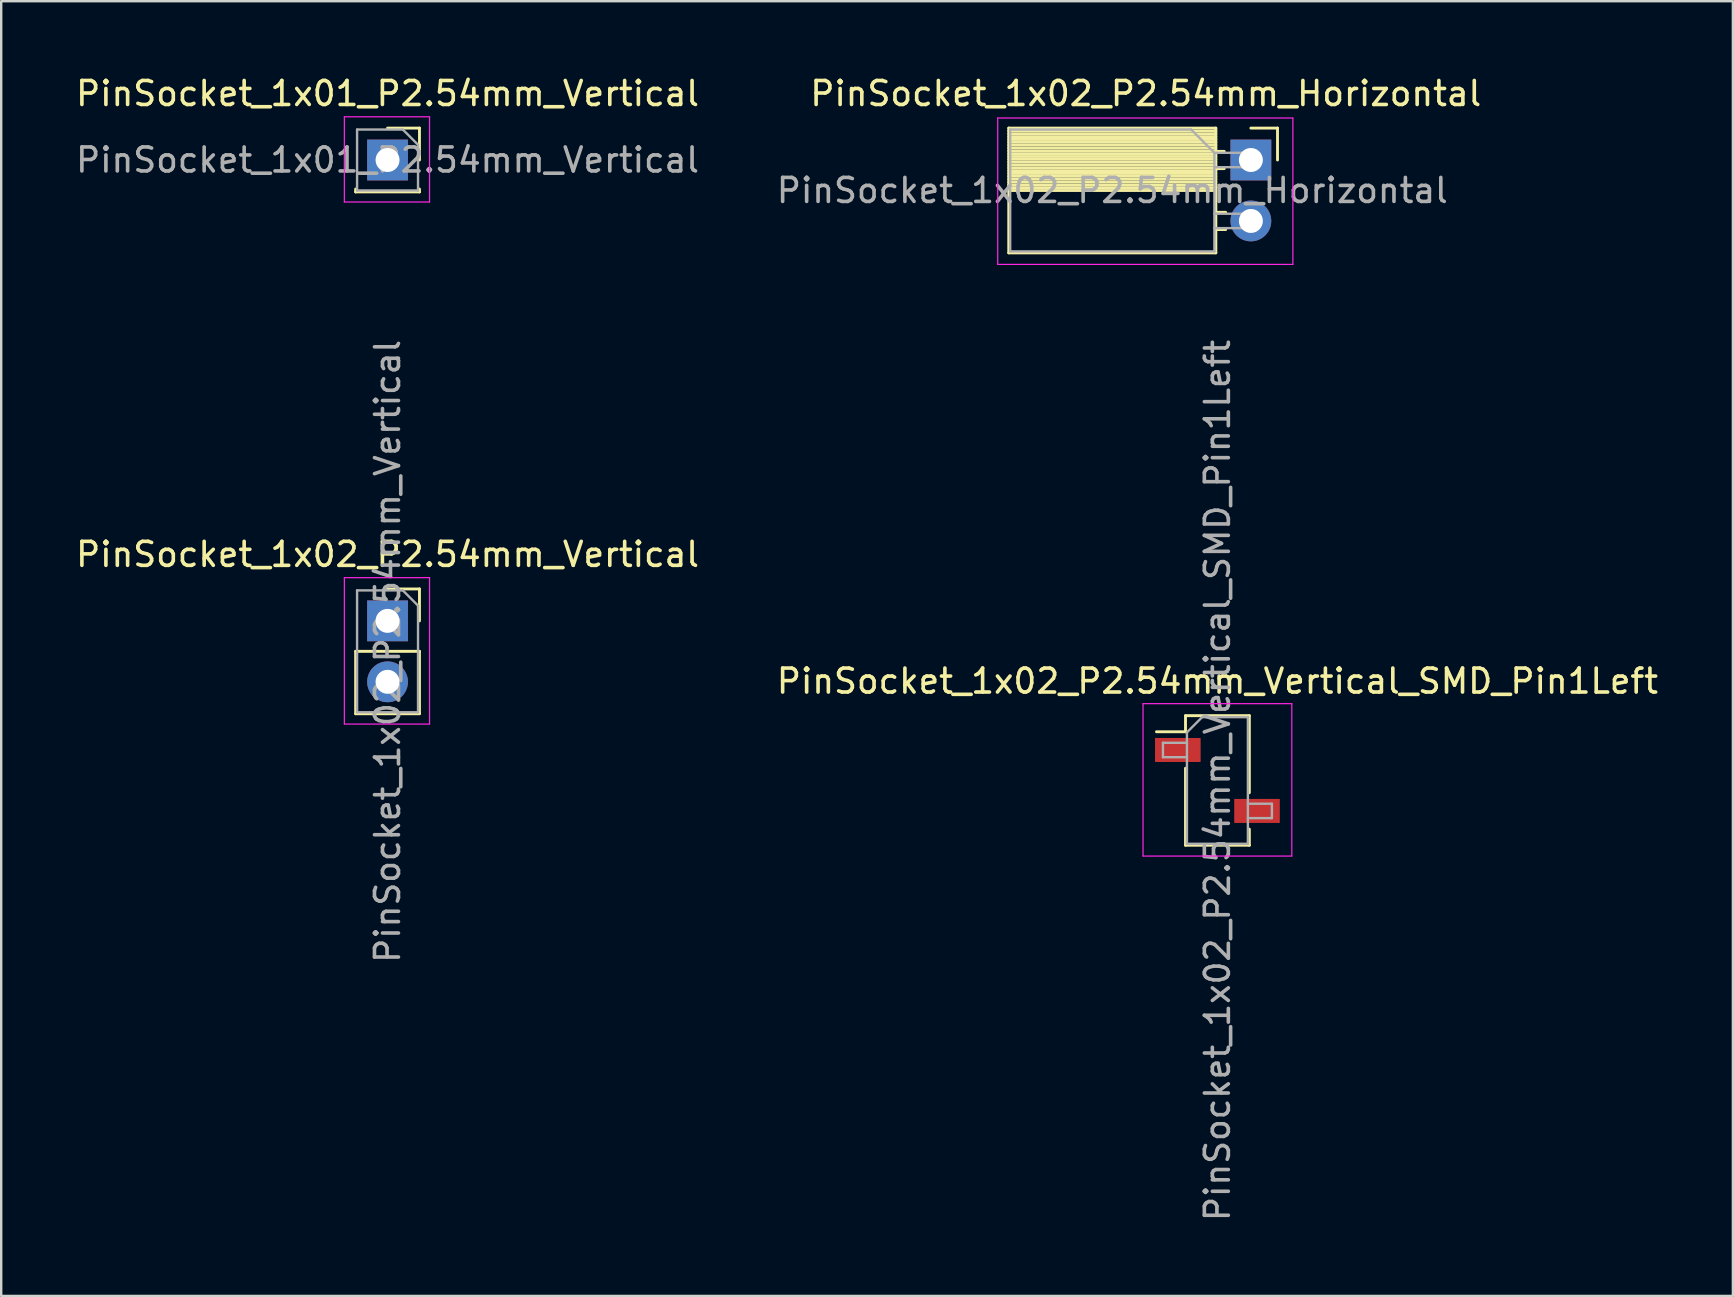
<source format=kicad_pcb>
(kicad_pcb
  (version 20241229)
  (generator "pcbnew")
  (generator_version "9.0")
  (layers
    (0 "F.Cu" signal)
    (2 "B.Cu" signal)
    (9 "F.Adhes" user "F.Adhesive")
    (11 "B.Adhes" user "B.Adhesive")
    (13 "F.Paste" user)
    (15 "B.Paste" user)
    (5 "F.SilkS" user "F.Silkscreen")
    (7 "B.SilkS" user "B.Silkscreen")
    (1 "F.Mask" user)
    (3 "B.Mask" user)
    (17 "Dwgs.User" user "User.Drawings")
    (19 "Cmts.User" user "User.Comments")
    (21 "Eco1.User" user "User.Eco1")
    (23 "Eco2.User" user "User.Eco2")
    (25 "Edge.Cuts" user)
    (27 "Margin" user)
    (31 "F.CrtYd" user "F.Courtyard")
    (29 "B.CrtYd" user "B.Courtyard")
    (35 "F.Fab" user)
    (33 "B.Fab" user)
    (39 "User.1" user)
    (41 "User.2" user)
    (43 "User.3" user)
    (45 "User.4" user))
  (footprint "PinSocket_1x01_P2.54mm_Vertical"
    (layer "F.Cu")
    (at 13.101 3.618)
    (property "Reference" "PinSocket_1x01_P2.54mm_Vertical" (at 0 -2.77 0) (layer "F.SilkS") (effects (font (size 1 1) (thickness 0.15))))
    (attr through_hole)
    (fp_line (start -1.33 1.21) (end -1.33 1.33) (stroke (width 0.12) (type solid)) (layer "F.SilkS"))
    (fp_line (start -1.33 1.33) (end 1.33 1.33) (stroke (width 0.12) (type solid)) (layer "F.SilkS"))
    (fp_line (start 0 -1.33) (end 1.33 -1.33) (stroke (width 0.12) (type solid)) (layer "F.SilkS"))
    (fp_line (start 1.33 -1.33) (end 1.33 0) (stroke (width 0.12) (type solid)) (layer "F.SilkS"))
    (fp_line (start 1.33 1.21) (end 1.33 1.33) (stroke (width 0.12) (type solid)) (layer "F.SilkS"))
    (fp_line (start -1.8 -1.8) (end 1.75 -1.8) (stroke (width 0.05) (type solid)) (layer "F.CrtYd"))
    (fp_line (start -1.8 1.75) (end -1.8 -1.8) (stroke (width 0.05) (type solid)) (layer "F.CrtYd"))
    (fp_line (start 1.75 -1.8) (end 1.75 1.75) (stroke (width 0.05) (type solid)) (layer "F.CrtYd"))
    (fp_line (start 1.75 1.75) (end -1.8 1.75) (stroke (width 0.05) (type solid)) (layer "F.CrtYd"))
    (fp_line (start -1.27 -1.27) (end 0.635 -1.27) (stroke (width 0.1) (type solid)) (layer "F.Fab"))
    (fp_line (start -1.27 1.27) (end -1.27 -1.27) (stroke (width 0.1) (type solid)) (layer "F.Fab"))
    (fp_line (start 0.635 -1.27) (end 1.27 -0.635) (stroke (width 0.1) (type solid)) (layer "F.Fab"))
    (fp_line (start 1.27 -0.635) (end 1.27 1.27) (stroke (width 0.1) (type solid)) (layer "F.Fab"))
    (fp_line (start 1.27 1.27) (end -1.27 1.27) (stroke (width 0.1) (type solid)) (layer "F.Fab"))
    (fp_text user "${REFERENCE}" (at 0 0 0) (layer "F.Fab") (effects (font (size 1 1) (thickness 0.15))))
    (pad "1" thru_hole rect (at 0 0) (size 1.7 1.7) (drill 1) (layers "*.Cu" "*.Mask")))
  (footprint "PinSocket_1x02_P2.54mm_Horizontal"
    (layer "F.Cu")
    (at 49.079 3.618)
    (property "Reference" "PinSocket_1x02_P2.54mm_Horizontal" (at -4.38 -2.77 0) (layer "F.SilkS") (effects (font (size 1 1) (thickness 0.15))))
    (attr through_hole)
    (fp_line (start -10.09 -1.33) (end -10.09 3.87) (stroke (width 0.12) (type solid)) (layer "F.SilkS"))
    (fp_line (start -10.09 -1.33) (end -1.46 -1.33) (stroke (width 0.12) (type solid)) (layer "F.SilkS"))
    (fp_line (start -10.09 -1.21) (end -1.46 -1.21) (stroke (width 0.12) (type solid)) (layer "F.SilkS"))
    (fp_line (start -10.09 -1.092) (end -1.46 -1.092) (stroke (width 0.12) (type solid)) (layer "F.SilkS"))
    (fp_line (start -10.09 -0.974) (end -1.46 -0.974) (stroke (width 0.12) (type solid)) (layer "F.SilkS"))
    (fp_line (start -10.09 -0.856) (end -1.46 -0.856) (stroke (width 0.12) (type solid)) (layer "F.SilkS"))
    (fp_line (start -10.09 -0.738) (end -1.46 -0.738) (stroke (width 0.12) (type solid)) (layer "F.SilkS"))
    (fp_line (start -10.09 -0.62) (end -1.46 -0.62) (stroke (width 0.12) (type solid)) (layer "F.SilkS"))
    (fp_line (start -10.09 -0.501) (end -1.46 -0.501) (stroke (width 0.12) (type solid)) (layer "F.SilkS"))
    (fp_line (start -10.09 -0.383) (end -1.46 -0.383) (stroke (width 0.12) (type solid)) (layer "F.SilkS"))
    (fp_line (start -10.09 -0.265) (end -1.46 -0.265) (stroke (width 0.12) (type solid)) (layer "F.SilkS"))
    (fp_line (start -10.09 -0.147) (end -1.46 -0.147) (stroke (width 0.12) (type solid)) (layer "F.SilkS"))
    (fp_line (start -10.09 -0.029) (end -1.46 -0.029) (stroke (width 0.12) (type solid)) (layer "F.SilkS"))
    (fp_line (start -10.09 0.089) (end -1.46 0.089) (stroke (width 0.12) (type solid)) (layer "F.SilkS"))
    (fp_line (start -10.09 0.207) (end -1.46 0.207) (stroke (width 0.12) (type solid)) (layer "F.SilkS"))
    (fp_line (start -10.09 0.325) (end -1.46 0.325) (stroke (width 0.12) (type solid)) (layer "F.SilkS"))
    (fp_line (start -10.09 0.443) (end -1.46 0.443) (stroke (width 0.12) (type solid)) (layer "F.SilkS"))
    (fp_line (start -10.09 0.561) (end -1.46 0.561) (stroke (width 0.12) (type solid)) (layer "F.SilkS"))
    (fp_line (start -10.09 0.68) (end -1.46 0.68) (stroke (width 0.12) (type solid)) (layer "F.SilkS"))
    (fp_line (start -10.09 0.798) (end -1.46 0.798) (stroke (width 0.12) (type solid)) (layer "F.SilkS"))
    (fp_line (start -10.09 0.916) (end -1.46 0.916) (stroke (width 0.12) (type solid)) (layer "F.SilkS"))
    (fp_line (start -10.09 1.034) (end -1.46 1.034) (stroke (width 0.12) (type solid)) (layer "F.SilkS"))
    (fp_line (start -10.09 1.152) (end -1.46 1.152) (stroke (width 0.12) (type solid)) (layer "F.SilkS"))
    (fp_line (start -10.09 1.27) (end -1.46 1.27) (stroke (width 0.12) (type solid)) (layer "F.SilkS"))
    (fp_line (start -10.09 3.87) (end -1.46 3.87) (stroke (width 0.12) (type solid)) (layer "F.SilkS"))
    (fp_line (start -1.46 -1.33) (end -1.46 3.87) (stroke (width 0.12) (type solid)) (layer "F.SilkS"))
    (fp_line (start -1.46 -0.36) (end -1.11 -0.36) (stroke (width 0.12) (type solid)) (layer "F.SilkS"))
    (fp_line (start -1.46 0.36) (end -1.11 0.36) (stroke (width 0.12) (type solid)) (layer "F.SilkS"))
    (fp_line (start -1.46 2.18) (end -1.05 2.18) (stroke (width 0.12) (type solid)) (layer "F.SilkS"))
    (fp_line (start -1.46 2.9) (end -1.05 2.9) (stroke (width 0.12) (type solid)) (layer "F.SilkS"))
    (fp_line (start 0 -1.33) (end 1.11 -1.33) (stroke (width 0.12) (type solid)) (layer "F.SilkS"))
    (fp_line (start 1.11 -1.33) (end 1.11 0) (stroke (width 0.12) (type solid)) (layer "F.SilkS"))
    (fp_line (start -10.55 -1.75) (end -10.55 4.35) (stroke (width 0.05) (type solid)) (layer "F.CrtYd"))
    (fp_line (start -10.55 4.35) (end 1.75 4.35) (stroke (width 0.05) (type solid)) (layer "F.CrtYd"))
    (fp_line (start 1.75 -1.75) (end -10.55 -1.75) (stroke (width 0.05) (type solid)) (layer "F.CrtYd"))
    (fp_line (start 1.75 4.35) (end 1.75 -1.75) (stroke (width 0.05) (type solid)) (layer "F.CrtYd"))
    (fp_line (start -10.03 -1.27) (end -2.49 -1.27) (stroke (width 0.1) (type solid)) (layer "F.Fab"))
    (fp_line (start -10.03 3.81) (end -10.03 -1.27) (stroke (width 0.1) (type solid)) (layer "F.Fab"))
    (fp_line (start -2.49 -1.27) (end -1.52 -0.3) (stroke (width 0.1) (type solid)) (layer "F.Fab"))
    (fp_line (start -1.52 -0.3) (end -1.52 3.81) (stroke (width 0.1) (type solid)) (layer "F.Fab"))
    (fp_line (start -1.52 0.3) (end 0 0.3) (stroke (width 0.1) (type solid)) (layer "F.Fab"))
    (fp_line (start -1.52 2.84) (end 0 2.84) (stroke (width 0.1) (type solid)) (layer "F.Fab"))
    (fp_line (start -1.52 3.81) (end -10.03 3.81) (stroke (width 0.1) (type solid)) (layer "F.Fab"))
    (fp_line (start 0 -0.3) (end -1.52 -0.3) (stroke (width 0.1) (type solid)) (layer "F.Fab"))
    (fp_line (start 0 0.3) (end 0 -0.3) (stroke (width 0.1) (type solid)) (layer "F.Fab"))
    (fp_line (start 0 2.24) (end -1.52 2.24) (stroke (width 0.1) (type solid)) (layer "F.Fab"))
    (fp_line (start 0 2.84) (end 0 2.24) (stroke (width 0.1) (type solid)) (layer "F.Fab"))
    (fp_text user "${REFERENCE}" (at -5.775 1.27 0) (layer "F.Fab") (effects (font (size 1 1) (thickness 0.15))))
    (pad "1" thru_hole rect (at 0 0) (size 1.7 1.7) (drill 1) (layers "*.Cu" "*.Mask"))
    (pad "2" thru_hole oval (at 0 2.54) (size 1.7 1.7) (drill 1) (layers "*.Cu" "*.Mask")))
  (footprint "PinSocket_1x02_P2.54mm_Vertical"
    (layer "F.Cu")
    (at 13.101 22.824)
    (property "Reference" "PinSocket_1x02_P2.54mm_Vertical" (at 0 -2.77 0) (layer "F.SilkS") (effects (font (size 1 1) (thickness 0.15))))
    (attr through_hole)
    (fp_line (start -1.33 1.27) (end -1.33 3.87) (stroke (width 0.12) (type solid)) (layer "F.SilkS"))
    (fp_line (start -1.33 1.27) (end 1.33 1.27) (stroke (width 0.12) (type solid)) (layer "F.SilkS"))
    (fp_line (start -1.33 3.87) (end 1.33 3.87) (stroke (width 0.12) (type solid)) (layer "F.SilkS"))
    (fp_line (start 0 -1.33) (end 1.33 -1.33) (stroke (width 0.12) (type solid)) (layer "F.SilkS"))
    (fp_line (start 1.33 -1.33) (end 1.33 0) (stroke (width 0.12) (type solid)) (layer "F.SilkS"))
    (fp_line (start 1.33 1.27) (end 1.33 3.87) (stroke (width 0.12) (type solid)) (layer "F.SilkS"))
    (fp_line (start -1.8 -1.8) (end 1.75 -1.8) (stroke (width 0.05) (type solid)) (layer "F.CrtYd"))
    (fp_line (start -1.8 4.3) (end -1.8 -1.8) (stroke (width 0.05) (type solid)) (layer "F.CrtYd"))
    (fp_line (start 1.75 -1.8) (end 1.75 4.3) (stroke (width 0.05) (type solid)) (layer "F.CrtYd"))
    (fp_line (start 1.75 4.3) (end -1.8 4.3) (stroke (width 0.05) (type solid)) (layer "F.CrtYd"))
    (fp_line (start -1.27 -1.27) (end 0.635 -1.27) (stroke (width 0.1) (type solid)) (layer "F.Fab"))
    (fp_line (start -1.27 3.81) (end -1.27 -1.27) (stroke (width 0.1) (type solid)) (layer "F.Fab"))
    (fp_line (start 0.635 -1.27) (end 1.27 -0.635) (stroke (width 0.1) (type solid)) (layer "F.Fab"))
    (fp_line (start 1.27 -0.635) (end 1.27 3.81) (stroke (width 0.1) (type solid)) (layer "F.Fab"))
    (fp_line (start 1.27 3.81) (end -1.27 3.81) (stroke (width 0.1) (type solid)) (layer "F.Fab"))
    (fp_text user "${REFERENCE}" (at 0 1.27 90) (layer "F.Fab") (effects (font (size 1 1) (thickness 0.15))))
    (pad "1" thru_hole rect (at 0 0) (size 1.7 1.7) (drill 1) (layers "*.Cu" "*.Mask"))
    (pad "2" thru_hole oval (at 0 2.54) (size 1.7 1.7) (drill 1) (layers "*.Cu" "*.Mask")))
  (footprint "PinSocket_1x02_P2.54mm_Vertical_SMD_Pin1Left"
    (layer "F.Cu")
    (at 47.685 29.475)
    (property "Reference" "PinSocket_1x02_P2.54mm_Vertical_SMD_Pin1Left" (at 0 -4.14 0) (layer "F.SilkS") (effects (font (size 1 1) (thickness 0.15))))
    (attr smd)
    (fp_line (start -2.54 -2.03) (end -1.33 -2.03) (stroke (width 0.12) (type solid)) (layer "F.SilkS"))
    (fp_line (start -1.33 -2.7) (end -1.33 -2.03) (stroke (width 0.12) (type solid)) (layer "F.SilkS"))
    (fp_line (start -1.33 -2.7) (end 1.33 -2.7) (stroke (width 0.12) (type solid)) (layer "F.SilkS"))
    (fp_line (start -1.33 -0.51) (end -1.33 2.7) (stroke (width 0.12) (type solid)) (layer "F.SilkS"))
    (fp_line (start -1.33 2.7) (end 1.33 2.7) (stroke (width 0.12) (type solid)) (layer "F.SilkS"))
    (fp_line (start 1.33 -2.7) (end 1.33 0.51) (stroke (width 0.12) (type solid)) (layer "F.SilkS"))
    (fp_line (start 1.33 2.03) (end 1.33 2.7) (stroke (width 0.12) (type solid)) (layer "F.SilkS"))
    (fp_line (start -3.1 -3.2) (end 3.1 -3.2) (stroke (width 0.05) (type solid)) (layer "F.CrtYd"))
    (fp_line (start -3.1 3.15) (end -3.1 -3.2) (stroke (width 0.05) (type solid)) (layer "F.CrtYd"))
    (fp_line (start 3.1 -3.2) (end 3.1 3.15) (stroke (width 0.05) (type solid)) (layer "F.CrtYd"))
    (fp_line (start 3.1 3.15) (end -3.1 3.15) (stroke (width 0.05) (type solid)) (layer "F.CrtYd"))
    (fp_line (start -2.27 -1.57) (end -1.27 -1.57) (stroke (width 0.1) (type solid)) (layer "F.Fab"))
    (fp_line (start -2.27 -0.97) (end -2.27 -1.57) (stroke (width 0.1) (type solid)) (layer "F.Fab"))
    (fp_line (start -1.27 -2.005) (end -0.635 -2.64) (stroke (width 0.1) (type solid)) (layer "F.Fab"))
    (fp_line (start -1.27 -0.97) (end -2.27 -0.97) (stroke (width 0.1) (type solid)) (layer "F.Fab"))
    (fp_line (start -1.27 2.64) (end -1.27 -2.005) (stroke (width 0.1) (type solid)) (layer "F.Fab"))
    (fp_line (start -0.635 -2.64) (end 1.27 -2.64) (stroke (width 0.1) (type solid)) (layer "F.Fab"))
    (fp_line (start 1.27 -2.64) (end 1.27 2.64) (stroke (width 0.1) (type solid)) (layer "F.Fab"))
    (fp_line (start 1.27 0.97) (end 2.27 0.97) (stroke (width 0.1) (type solid)) (layer "F.Fab"))
    (fp_line (start 1.27 2.64) (end -1.27 2.64) (stroke (width 0.1) (type solid)) (layer "F.Fab"))
    (fp_line (start 2.27 0.97) (end 2.27 1.57) (stroke (width 0.1) (type solid)) (layer "F.Fab"))
    (fp_line (start 2.27 1.57) (end 1.27 1.57) (stroke (width 0.1) (type solid)) (layer "F.Fab"))
    (fp_text user "${REFERENCE}" (at 0 0 90) (layer "F.Fab") (effects (font (size 1 1) (thickness 0.15))))
    (pad "1" smd rect (at -1.65 -1.27) (size 1.9 1) (layers "F.Cu" "F.Mask" "F.Paste"))
    (pad "2" smd rect (at 1.65 1.27) (size 1.9 1) (layers "F.Cu" "F.Mask" "F.Paste")))
  (gr_rect
    (start -3 -3)
    (end 69.167 50.958)
    (stroke (width 0.1) (type default))
    (fill no)
    (layer "Edge.Cuts")))
</source>
